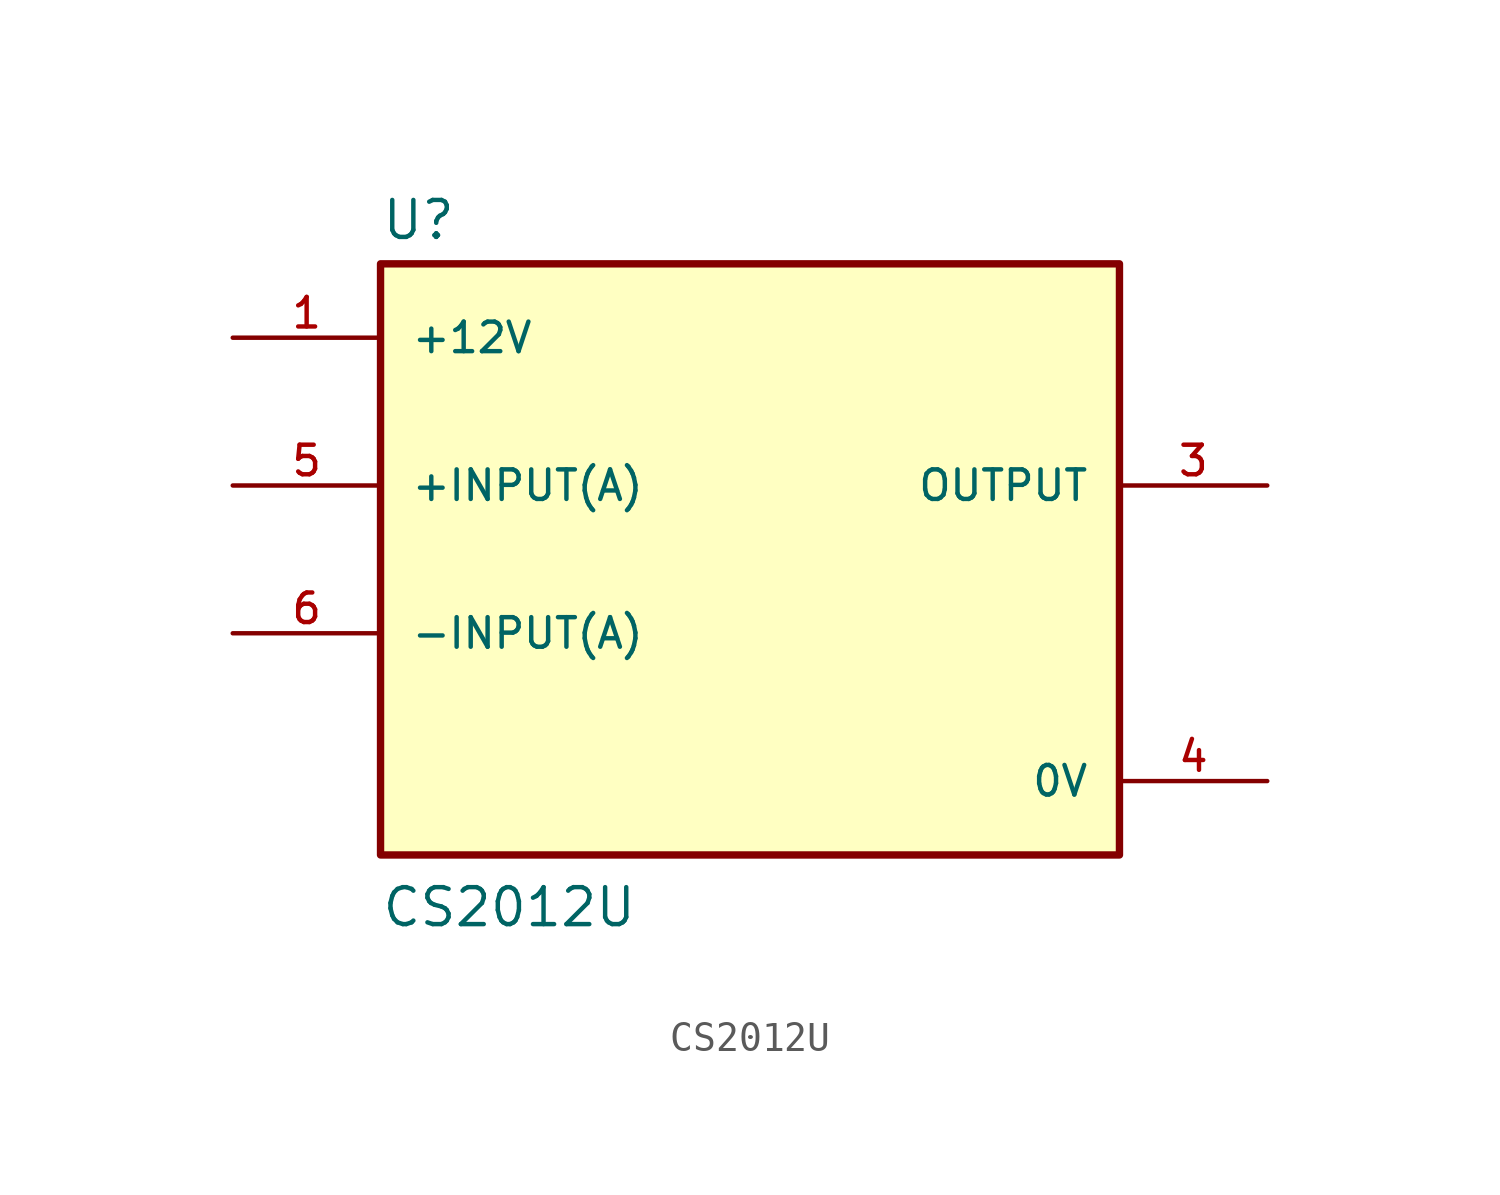
<source format=kicad_sym>
(kicad_symbol_lib
  (version 20211014)
  (generator kicad_symbol_editor)
  (symbol "CS2012U"
    (pin_names
      (offset 1.016))
    (property "Reference" "U"
      (at -12.7 10.922 0)
      (effects (font (size 1.27 1.27)) (justify bottom left)))
    (property "Value" "CS2012U"
      (at -12.7 -12.7 0)
      (effects (font (size 1.27 1.27)) (justify bottom left)))
    (symbol "CS2012U_0_0"
      (rectangle (start -12.7 -10.16) (end 12.7 10.16) (stroke (width 0.254)) (fill (type background)))
      (pin input line (at -17.78 2.54 0) (length 5.08) (name "+INPUT(A)" (effects (font (size 1.016 1.016)))) (number "5" (effects (font (size 1.016 1.016)))))
      (pin input line (at -17.78 -2.54 0) (length 5.08) (name "-INPUT(A)" (effects (font (size 1.016 1.016)))) (number "6" (effects (font (size 1.016 1.016)))))
      (pin output line (at 17.78 2.54 180.0) (length 5.08) (name "OUTPUT" (effects (font (size 1.016 1.016)))) (number "3" (effects (font (size 1.016 1.016)))))
      (pin power_in line (at 17.78 -7.62 180.0) (length 5.08) (name "0V" (effects (font (size 1.016 1.016)))) (number "4" (effects (font (size 1.016 1.016)))))
      (pin power_in line (at -17.78 7.62 0) (length 5.08) (name "+12V" (effects (font (size 1.016 1.016)))) (number "1" (effects (font (size 1.016 1.016))))))))
</source>
